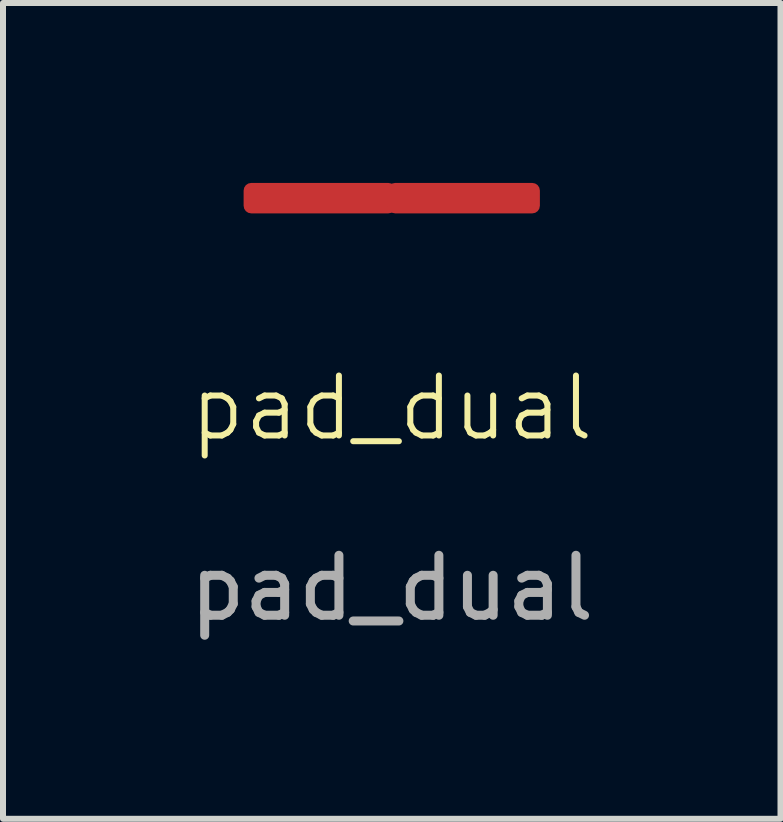
<source format=kicad_pcb>
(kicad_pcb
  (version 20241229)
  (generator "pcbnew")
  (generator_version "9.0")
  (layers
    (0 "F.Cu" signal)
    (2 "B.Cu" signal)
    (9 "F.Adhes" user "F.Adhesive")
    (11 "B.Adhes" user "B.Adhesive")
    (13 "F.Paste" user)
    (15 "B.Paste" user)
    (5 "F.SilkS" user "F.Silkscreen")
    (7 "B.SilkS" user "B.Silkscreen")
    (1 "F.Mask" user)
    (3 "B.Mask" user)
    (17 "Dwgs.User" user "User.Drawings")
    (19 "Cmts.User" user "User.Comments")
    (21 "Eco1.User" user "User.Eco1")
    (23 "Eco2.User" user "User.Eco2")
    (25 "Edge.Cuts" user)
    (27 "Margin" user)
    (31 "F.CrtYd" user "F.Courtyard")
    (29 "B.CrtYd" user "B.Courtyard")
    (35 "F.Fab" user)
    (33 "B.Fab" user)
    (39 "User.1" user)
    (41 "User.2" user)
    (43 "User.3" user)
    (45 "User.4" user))
  (footprint "pad_dual"
    (layer "F.Cu")
    (at 3.482 0.254)
    (property "Reference" "pad_dual" (at 0 3.5 0) (unlocked yes) (layer "F.SilkS") (effects (font (size 1 1) (thickness 0.1))))
    (attr smd)
    (fp_text user "${REFERENCE}" (at 0 6.5 0) (unlocked yes) (layer "F.Fab") (effects (font (size 1 1) (thickness 0.15))))
    (pad "1" smd roundrect (at -1.2 0) (size 2.54 0.508) (layers "F.Cu" "F.Mask" "F.Paste") (roundrect_rratio 0.25))
    (pad "2" smd roundrect (at 1.2 0) (size 2.54 0.508) (layers "F.Cu" "F.Mask" "F.Paste") (roundrect_rratio 0.25)))
  (gr_rect
    (start -3 -3)
    (end 9.964 10.602)
    (stroke (width 0.1) (type default))
    (fill no)
    (layer "Edge.Cuts")))
</source>
